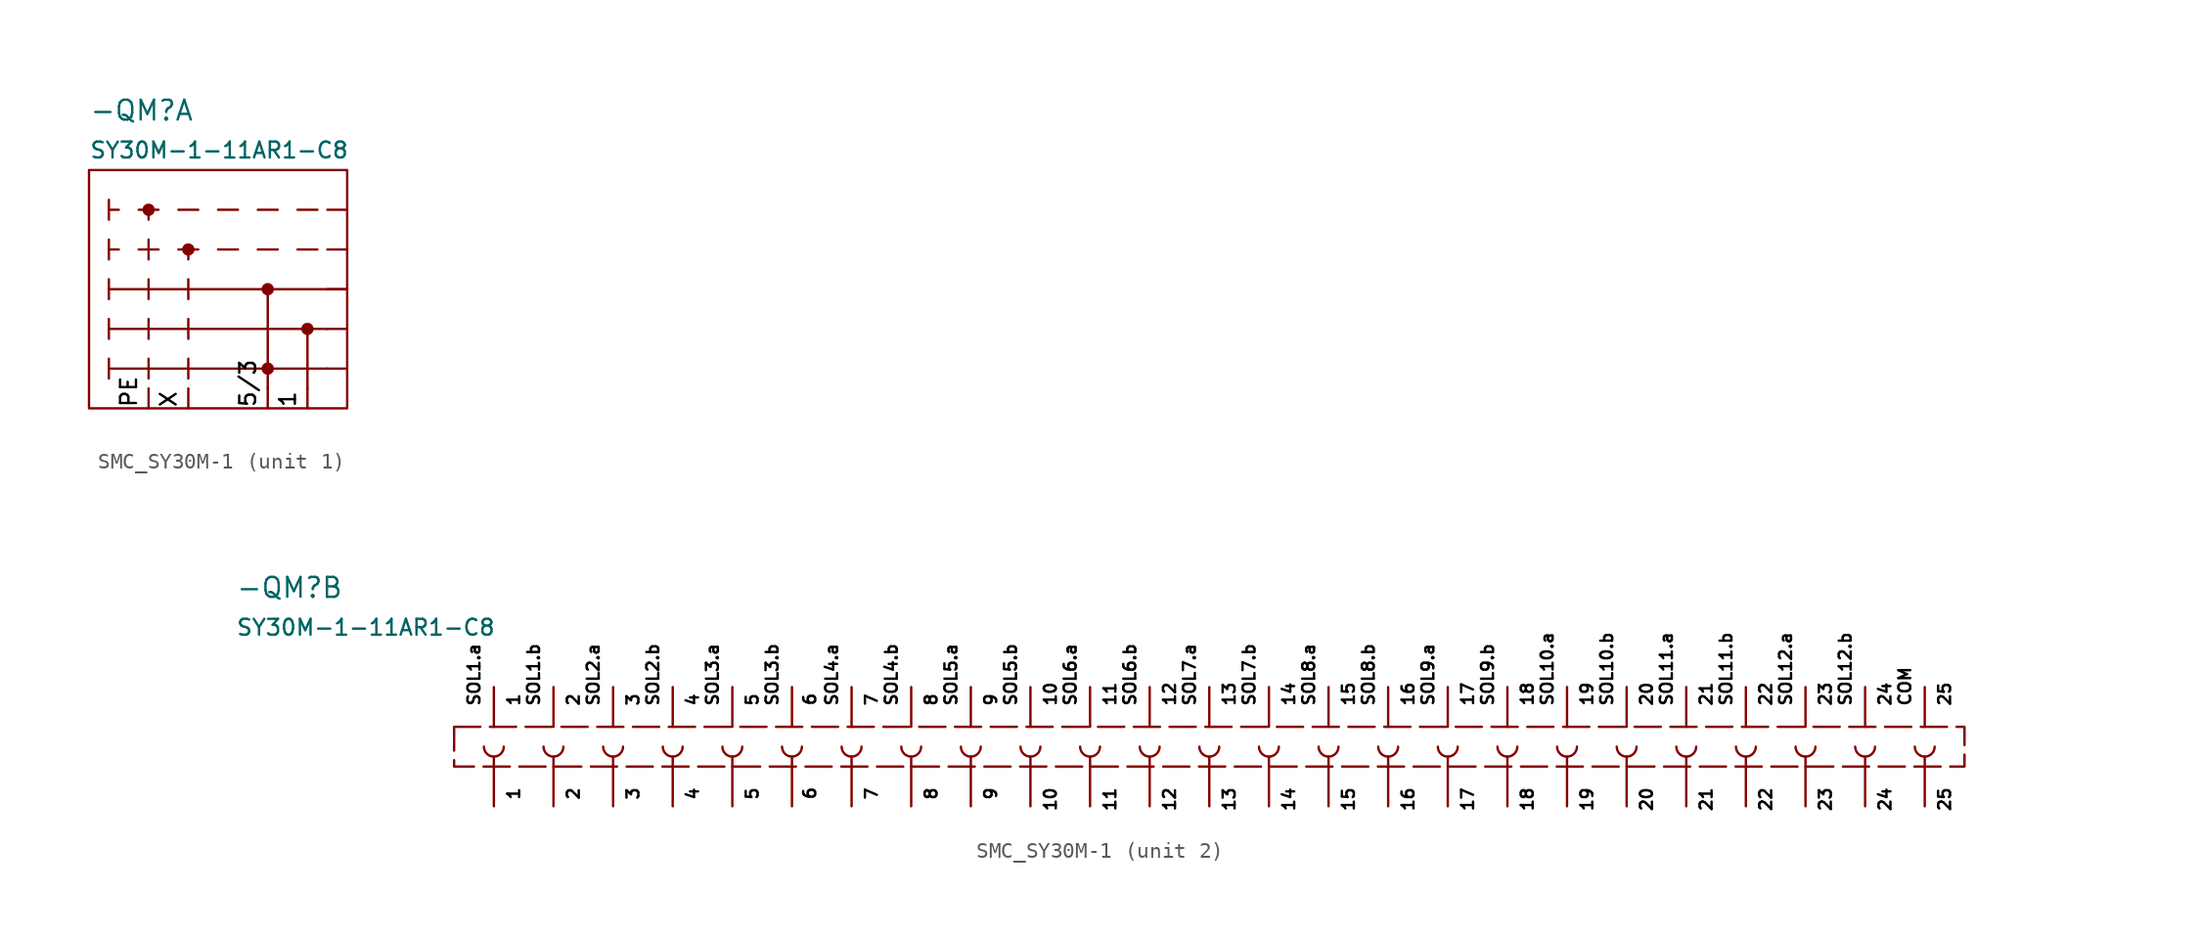
<source format=kicad_sym>
(kicad_symbol_lib
  (version 20231120)
  (generator "kicad_symbol_editor")
  (generator_version "8.0")
  (symbol "SMC_SY30M-1"
    (pin_numbers hide)
    (pin_names
      (offset 0) hide)
    (property "Reference" "-QM"
      (at -16.51 11.43 0)
      (do_not_autoplace)
      (effects (font (size 1.27 1.27)) (justify left)))
    (property "Value" "${PartNo}"
      (at -16.51 8.89 0)
      (do_not_autoplace)
      (effects (font (size 1.016 1.016)) (justify left)))
    (property "PartNo" "SY30M-1-11AR1-C8"
      (at 0 -8.89 0)
      (effects (font (size 1.27 1.27)) (hide yes)))
    (property "ki_locked" ""
      (at 0 0 0)
      (effects (font (size 1.27 1.27))))
    (symbol "SMC_SY30M-1_1_1"
      (rectangle (start -16.51 7.62) (end 0 -7.62) (stroke (width 0) (type default)) (fill (type none)))
      (circle (center -12.7 5.08) (radius 0.381) (stroke (width 0.025) (type default)) (fill (type outline)))
      (circle (center -10.16 2.54) (radius 0.381) (stroke (width 0.025) (type default)) (fill (type outline)))
      (circle (center -5.08 -5.08) (radius 0.381) (stroke (width 0.025) (type default)) (fill (type outline)))
      (circle (center -5.08 0) (radius 0.381) (stroke (width 0.025) (type default)) (fill (type outline)))
      (circle (center -2.54 -2.54) (radius 0.381) (stroke (width 0.025) (type default)) (fill (type outline)))
      (polyline (pts (xy -15.24 -4.445) (xy -15.24 -5.715)) (stroke (width 0) (type default)) (fill (type none)))
      (polyline (pts (xy -15.24 -1.905) (xy -15.24 -3.175)) (stroke (width 0) (type default)) (fill (type none)))
      (polyline (pts (xy -15.24 0.635) (xy -15.24 -0.635)) (stroke (width 0) (type default)) (fill (type none)))
      (polyline (pts (xy -15.24 2.54) (xy -14.605 2.54)) (stroke (width 0) (type default)) (fill (type none)))
      (polyline (pts (xy -15.24 3.175) (xy -15.24 1.905)) (stroke (width 0) (type default)) (fill (type none)))
      (polyline (pts (xy -15.24 4.445) (xy -15.24 5.715)) (stroke (width 0) (type default)) (fill (type none)))
      (polyline (pts (xy -15.24 5.08) (xy -14.605 5.08)) (stroke (width 0) (type default)) (fill (type none)))
      (polyline (pts (xy -13.335 2.54) (xy -12.065 2.54)) (stroke (width 0) (type default)) (fill (type none)))
      (polyline (pts (xy -13.335 5.08) (xy -12.065 5.08)) (stroke (width 0) (type default)) (fill (type none)))
      (polyline (pts (xy -12.7 -5.715) (xy -12.7 -4.445)) (stroke (width 0) (type default)) (fill (type none)))
      (polyline (pts (xy -12.7 -3.175) (xy -12.7 -1.905)) (stroke (width 0) (type default)) (fill (type none)))
      (polyline (pts (xy -12.7 -0.635) (xy -12.7 0.635)) (stroke (width 0) (type default)) (fill (type none)))
      (polyline (pts (xy -12.7 1.905) (xy -12.7 3.175)) (stroke (width 0) (type default)) (fill (type none)))
      (polyline (pts (xy -12.7 5.08) (xy -12.7 4.445)) (stroke (width 0) (type default)) (fill (type none)))
      (polyline (pts (xy -10.795 2.54) (xy -9.525 2.54)) (stroke (width 0) (type default)) (fill (type none)))
      (polyline (pts (xy -10.795 5.08) (xy -9.525 5.08)) (stroke (width 0) (type default)) (fill (type none)))
      (polyline (pts (xy -10.16 -5.715) (xy -10.16 -4.445)) (stroke (width 0) (type default)) (fill (type none)))
      (polyline (pts (xy -10.16 -3.175) (xy -10.16 -1.905)) (stroke (width 0) (type default)) (fill (type none)))
      (polyline (pts (xy -10.16 -0.635) (xy -10.16 0.635)) (stroke (width 0) (type default)) (fill (type none)))
      (polyline (pts (xy -10.16 2.54) (xy -10.16 1.905)) (stroke (width 0) (type default)) (fill (type none)))
      (polyline (pts (xy -8.255 2.54) (xy -6.985 2.54)) (stroke (width 0) (type default)) (fill (type none)))
      (polyline (pts (xy -8.255 5.08) (xy -6.985 5.08)) (stroke (width 0) (type default)) (fill (type none)))
      (polyline (pts (xy -5.715 2.54) (xy -4.445 2.54)) (stroke (width 0) (type default)) (fill (type none)))
      (polyline (pts (xy -5.715 5.08) (xy -4.445 5.08)) (stroke (width 0) (type default)) (fill (type none)))
      (polyline (pts (xy -5.08 0) (xy -5.08 -6.35)) (stroke (width 0) (type default)) (fill (type none)))
      (polyline (pts (xy -3.175 2.54) (xy -1.905 2.54)) (stroke (width 0) (type default)) (fill (type none)))
      (polyline (pts (xy -3.175 5.08) (xy -1.905 5.08)) (stroke (width 0) (type default)) (fill (type none)))
      (polyline (pts (xy -2.54 -2.54) (xy -2.54 -6.35)) (stroke (width 0) (type default)) (fill (type none)))
      (polyline (pts (xy -1.27 -5.08) (xy -15.24 -5.08)) (stroke (width 0) (type default)) (fill (type none)))
      (polyline (pts (xy -1.27 -2.54) (xy -15.24 -2.54)) (stroke (width 0) (type default)) (fill (type none)))
      (polyline (pts (xy 0 0) (xy -15.24 0)) (stroke (width 0) (type default)) (fill (type none)))
      (text "1" (at -3.81 -7.62 900) (effects (font (size 1.016 1.016) (color 0 0 0 1)) (justify left)))
      (text "5/3" (at -6.35 -7.62 900) (effects (font (size 1.016 1.016) (color 0 0 0 1)) (justify left)))
      (text "PE" (at -13.97 -7.62 900) (effects (font (size 1.016 1.016) (color 0 0 0 1)) (justify left)))
      (text "X" (at -11.43 -7.62 900) (effects (font (size 1.016 1.016) (color 0 0 0 1)) (justify left)))
      (pin passive line (at 0 -5.08 180) (length 1.27) (name "" (effects (font (size 1.27 1.27)))) (number "" (effects (font (size 1.27 1.27)))))
      (pin passive line (at 0 -2.54 180) (length 1.27) (name "" (effects (font (size 1.27 1.27)))) (number "" (effects (font (size 1.27 1.27)))))
      (pin passive line (at 0 0 180) (length 1.27) (name "" (effects (font (size 1.27 1.27)))) (number "" (effects (font (size 1.27 1.27)))))
      (pin passive line (at 0 2.54 180) (length 1.27) (name "" (effects (font (size 1.27 1.27)))) (number "" (effects (font (size 1.27 1.27)))))
      (pin passive line (at 0 5.08 180) (length 1.27) (name "" (effects (font (size 1.27 1.27)))) (number "" (effects (font (size 1.27 1.27)))))
      (pin passive line (at -2.54 -7.62 90) (length 1.27) (name "1" (effects (font (size 1.016 1.016)))) (number "" (effects (font (size 1.016 1.016)))))
      (pin passive line (at -5.08 -7.62 90) (length 1.27) (name "5/3" (effects (font (size 1.016 1.016)))) (number "" (effects (font (size 1.016 1.016)))))
      (pin passive line (at -12.7 -7.62 90) (length 1.27) (name "PE" (effects (font (size 1.016 1.016)))) (number "" (effects (font (size 1.016 1.016)))))
      (pin passive line (at -10.16 -7.62 90) (length 1.27) (name "X" (effects (font (size 1.016 1.016)))) (number "" (effects (font (size 1.016 1.016))))))
    (symbol "SMC_SY30M-1_2_1"
      (rectangle (start -2.54 2.54) (end 93.98 0) (stroke (width 0) (type dash)) (fill (type none)))
      (arc (start -0.635 1.27) (mid 0 0.635) (end 0.635 1.27) (stroke (width 0) (type default)) (fill (type none)))
      (polyline (pts (xy 0 0.635) (xy 0 0)) (stroke (width 0) (type default)) (fill (type none)))
      (polyline (pts (xy 3.81 0.635) (xy 3.81 0)) (stroke (width 0) (type default)) (fill (type none)))
      (polyline (pts (xy 7.62 0.635) (xy 7.62 0)) (stroke (width 0) (type default)) (fill (type none)))
      (polyline (pts (xy 11.43 0.635) (xy 11.43 0)) (stroke (width 0) (type default)) (fill (type none)))
      (polyline (pts (xy 15.24 0.635) (xy 15.24 0)) (stroke (width 0) (type default)) (fill (type none)))
      (polyline (pts (xy 19.05 0.635) (xy 19.05 0)) (stroke (width 0) (type default)) (fill (type none)))
      (polyline (pts (xy 22.86 0.635) (xy 22.86 0)) (stroke (width 0) (type default)) (fill (type none)))
      (polyline (pts (xy 26.67 0.635) (xy 26.67 0)) (stroke (width 0) (type default)) (fill (type none)))
      (polyline (pts (xy 30.48 0.635) (xy 30.48 0)) (stroke (width 0) (type default)) (fill (type none)))
      (polyline (pts (xy 34.29 0.635) (xy 34.29 0)) (stroke (width 0) (type default)) (fill (type none)))
      (polyline (pts (xy 38.1 0.635) (xy 38.1 0)) (stroke (width 0) (type default)) (fill (type none)))
      (polyline (pts (xy 41.91 0.635) (xy 41.91 0)) (stroke (width 0) (type default)) (fill (type none)))
      (polyline (pts (xy 45.72 0.635) (xy 45.72 0)) (stroke (width 0) (type default)) (fill (type none)))
      (polyline (pts (xy 49.53 0.635) (xy 49.53 0)) (stroke (width 0) (type default)) (fill (type none)))
      (polyline (pts (xy 53.34 0.635) (xy 53.34 0)) (stroke (width 0) (type default)) (fill (type none)))
      (polyline (pts (xy 57.15 0.635) (xy 57.15 0)) (stroke (width 0) (type default)) (fill (type none)))
      (polyline (pts (xy 60.96 0.635) (xy 60.96 0)) (stroke (width 0) (type default)) (fill (type none)))
      (polyline (pts (xy 64.77 0.635) (xy 64.77 0)) (stroke (width 0) (type default)) (fill (type none)))
      (polyline (pts (xy 68.58 0.635) (xy 68.58 0)) (stroke (width 0) (type default)) (fill (type none)))
      (polyline (pts (xy 72.39 0.635) (xy 72.39 0)) (stroke (width 0) (type default)) (fill (type none)))
      (polyline (pts (xy 76.2 0.635) (xy 76.2 0)) (stroke (width 0) (type default)) (fill (type none)))
      (polyline (pts (xy 80.01 0.635) (xy 80.01 0)) (stroke (width 0) (type default)) (fill (type none)))
      (polyline (pts (xy 83.82 0.635) (xy 83.82 0)) (stroke (width 0) (type default)) (fill (type none)))
      (polyline (pts (xy 87.63 0.635) (xy 87.63 0)) (stroke (width 0) (type default)) (fill (type none)))
      (polyline (pts (xy 91.44 0.635) (xy 91.44 0)) (stroke (width 0) (type default)) (fill (type none)))
      (arc (start 3.175 1.27) (mid 3.81 0.635) (end 4.445 1.27) (stroke (width 0) (type default)) (fill (type none)))
      (arc (start 6.985 1.27) (mid 7.62 0.635) (end 8.255 1.27) (stroke (width 0) (type default)) (fill (type none)))
      (arc (start 10.795 1.27) (mid 11.43 0.635) (end 12.065 1.27) (stroke (width 0) (type default)) (fill (type none)))
      (arc (start 14.605 1.27) (mid 15.24 0.635) (end 15.875 1.27) (stroke (width 0) (type default)) (fill (type none)))
      (arc (start 18.415 1.27) (mid 19.05 0.635) (end 19.685 1.27) (stroke (width 0) (type default)) (fill (type none)))
      (arc (start 22.225 1.27) (mid 22.86 0.635) (end 23.495 1.27) (stroke (width 0) (type default)) (fill (type none)))
      (arc (start 26.035 1.27) (mid 26.67 0.635) (end 27.305 1.27) (stroke (width 0) (type default)) (fill (type none)))
      (arc (start 29.845 1.27) (mid 30.48 0.635) (end 31.115 1.27) (stroke (width 0) (type default)) (fill (type none)))
      (arc (start 33.655 1.27) (mid 34.29 0.635) (end 34.925 1.27) (stroke (width 0) (type default)) (fill (type none)))
      (arc (start 37.465 1.27) (mid 38.1 0.635) (end 38.735 1.27) (stroke (width 0) (type default)) (fill (type none)))
      (arc (start 41.275 1.27) (mid 41.91 0.635) (end 42.545 1.27) (stroke (width 0) (type default)) (fill (type none)))
      (arc (start 45.085 1.27) (mid 45.72 0.635) (end 46.355 1.27) (stroke (width 0) (type default)) (fill (type none)))
      (arc (start 48.895 1.27) (mid 49.53 0.635) (end 50.165 1.27) (stroke (width 0) (type default)) (fill (type none)))
      (arc (start 52.705 1.27) (mid 53.34 0.635) (end 53.975 1.27) (stroke (width 0) (type default)) (fill (type none)))
      (arc (start 56.515 1.27) (mid 57.15 0.635) (end 57.785 1.27) (stroke (width 0) (type default)) (fill (type none)))
      (arc (start 60.325 1.27) (mid 60.96 0.635) (end 61.595 1.27) (stroke (width 0) (type default)) (fill (type none)))
      (arc (start 64.135 1.27) (mid 64.77 0.635) (end 65.405 1.27) (stroke (width 0) (type default)) (fill (type none)))
      (arc (start 67.945 1.27) (mid 68.58 0.635) (end 69.215 1.27) (stroke (width 0) (type default)) (fill (type none)))
      (arc (start 71.755 1.27) (mid 72.39 0.635) (end 73.025 1.27) (stroke (width 0) (type default)) (fill (type none)))
      (arc (start 75.565 1.27) (mid 76.2 0.635) (end 76.835 1.27) (stroke (width 0) (type default)) (fill (type none)))
      (arc (start 79.375 1.27) (mid 80.01 0.635) (end 80.645 1.27) (stroke (width 0) (type default)) (fill (type none)))
      (arc (start 83.185 1.27) (mid 83.82 0.635) (end 84.455 1.27) (stroke (width 0) (type default)) (fill (type none)))
      (arc (start 86.995 1.27) (mid 87.63 0.635) (end 88.265 1.27) (stroke (width 0) (type default)) (fill (type none)))
      (arc (start 90.805 1.27) (mid 91.44 0.635) (end 92.075 1.27) (stroke (width 0) (type default)) (fill (type none)))
      (text "1" (at 1.27 -1.27 900) (effects (font (size 0.762 0.762) (color 0 0 0 1)) (justify right)))
      (text "1" (at 1.27 3.81 900) (effects (font (size 0.762 0.762) (color 0 0 0 1)) (justify left)))
      (text "10" (at 35.56 -1.27 900) (effects (font (size 0.762 0.762) (color 0 0 0 1)) (justify right)))
      (text "10" (at 35.56 3.81 900) (effects (font (size 0.762 0.762) (color 0 0 0 1)) (justify left)))
      (text "11" (at 39.37 -1.27 900) (effects (font (size 0.762 0.762) (color 0 0 0 1)) (justify right)))
      (text "11" (at 39.37 3.81 900) (effects (font (size 0.762 0.762) (color 0 0 0 1)) (justify left)))
      (text "12" (at 43.18 -1.27 900) (effects (font (size 0.762 0.762) (color 0 0 0 1)) (justify right)))
      (text "12" (at 43.18 3.81 900) (effects (font (size 0.762 0.762) (color 0 0 0 1)) (justify left)))
      (text "13" (at 46.99 -1.27 900) (effects (font (size 0.762 0.762) (color 0 0 0 1)) (justify right)))
      (text "13" (at 46.99 3.81 900) (effects (font (size 0.762 0.762) (color 0 0 0 1)) (justify left)))
      (text "14" (at 50.8 -1.27 900) (effects (font (size 0.762 0.762) (color 0 0 0 1)) (justify right)))
      (text "14" (at 50.8 3.81 900) (effects (font (size 0.762 0.762) (color 0 0 0 1)) (justify left)))
      (text "15" (at 54.61 -1.27 900) (effects (font (size 0.762 0.762) (color 0 0 0 1)) (justify right)))
      (text "15" (at 54.61 3.81 900) (effects (font (size 0.762 0.762) (color 0 0 0 1)) (justify left)))
      (text "16" (at 58.42 -1.27 900) (effects (font (size 0.762 0.762) (color 0 0 0 1)) (justify right)))
      (text "16" (at 58.42 3.81 900) (effects (font (size 0.762 0.762) (color 0 0 0 1)) (justify left)))
      (text "17" (at 62.23 -1.27 900) (effects (font (size 0.762 0.762) (color 0 0 0 1)) (justify right)))
      (text "17" (at 62.23 3.81 900) (effects (font (size 0.762 0.762) (color 0 0 0 1)) (justify left)))
      (text "18" (at 66.04 -1.27 900) (effects (font (size 0.762 0.762) (color 0 0 0 1)) (justify right)))
      (text "18" (at 66.04 3.81 900) (effects (font (size 0.762 0.762) (color 0 0 0 1)) (justify left)))
      (text "19" (at 69.85 -1.27 900) (effects (font (size 0.762 0.762) (color 0 0 0 1)) (justify right)))
      (text "19" (at 69.85 3.81 900) (effects (font (size 0.762 0.762) (color 0 0 0 1)) (justify left)))
      (text "2" (at 5.08 -1.27 900) (effects (font (size 0.762 0.762) (color 0 0 0 1)) (justify right)))
      (text "2" (at 5.08 3.81 900) (effects (font (size 0.762 0.762) (color 0 0 0 1)) (justify left)))
      (text "20" (at 73.66 -1.27 900) (effects (font (size 0.762 0.762) (color 0 0 0 1)) (justify right)))
      (text "20" (at 73.66 3.81 900) (effects (font (size 0.762 0.762) (color 0 0 0 1)) (justify left)))
      (text "21" (at 77.47 -1.27 900) (effects (font (size 0.762 0.762) (color 0 0 0 1)) (justify right)))
      (text "21" (at 77.47 3.81 900) (effects (font (size 0.762 0.762) (color 0 0 0 1)) (justify left)))
      (text "22" (at 81.28 -1.27 900) (effects (font (size 0.762 0.762) (color 0 0 0 1)) (justify right)))
      (text "22" (at 81.28 3.81 900) (effects (font (size 0.762 0.762) (color 0 0 0 1)) (justify left)))
      (text "23" (at 85.09 -1.27 900) (effects (font (size 0.762 0.762) (color 0 0 0 1)) (justify right)))
      (text "23" (at 85.09 3.81 900) (effects (font (size 0.762 0.762) (color 0 0 0 1)) (justify left)))
      (text "24" (at 88.9 -1.27 900) (effects (font (size 0.762 0.762) (color 0 0 0 1)) (justify right)))
      (text "24" (at 88.9 3.81 900) (effects (font (size 0.762 0.762) (color 0 0 0 1)) (justify left)))
      (text "25" (at 92.71 -1.27 900) (effects (font (size 0.762 0.762) (color 0 0 0 1)) (justify right)))
      (text "25" (at 92.71 3.81 900) (effects (font (size 0.762 0.762) (color 0 0 0 1)) (justify left)))
      (text "3" (at 8.89 -1.27 900) (effects (font (size 0.762 0.762) (color 0 0 0 1)) (justify right)))
      (text "3" (at 8.89 3.81 900) (effects (font (size 0.762 0.762) (color 0 0 0 1)) (justify left)))
      (text "4" (at 12.7 -1.27 900) (effects (font (size 0.762 0.762) (color 0 0 0 1)) (justify right)))
      (text "4" (at 12.7 3.81 900) (effects (font (size 0.762 0.762) (color 0 0 0 1)) (justify left)))
      (text "5" (at 16.51 -1.27 900) (effects (font (size 0.762 0.762) (color 0 0 0 1)) (justify right)))
      (text "5" (at 16.51 3.81 900) (effects (font (size 0.762 0.762) (color 0 0 0 1)) (justify left)))
      (text "6" (at 20.185 -1.241 900) (effects (font (size 0.762 0.762) (color 0 0 0 1)) (justify right)))
      (text "6" (at 20.185 3.839 900) (effects (font (size 0.762 0.762) (color 0 0 0 1)) (justify left)))
      (text "7" (at 24.13 -1.27 900) (effects (font (size 0.762 0.762) (color 0 0 0 1)) (justify right)))
      (text "7" (at 24.13 3.81 900) (effects (font (size 0.762 0.762) (color 0 0 0 1)) (justify left)))
      (text "8" (at 27.94 -1.27 900) (effects (font (size 0.762 0.762) (color 0 0 0 1)) (justify right)))
      (text "8" (at 27.94 3.81 900) (effects (font (size 0.762 0.762) (color 0 0 0 1)) (justify left)))
      (text "9" (at 31.75 -1.27 900) (effects (font (size 0.762 0.762) (color 0 0 0 1)) (justify right)))
      (text "9" (at 31.75 3.81 900) (effects (font (size 0.762 0.762) (color 0 0 0 1)) (justify left)))
      (text "COM" (at 90.17 3.81 900) (effects (font (size 0.762 0.762) (color 0 0 0 1)) (justify left)))
      (text "SOL1.a" (at -1.27 3.81 900) (effects (font (size 0.762 0.762) (color 0 0 0 1)) (justify left)))
      (text "SOL1.b" (at 2.54 3.81 900) (effects (font (size 0.762 0.762) (color 0 0 0 1)) (justify left)))
      (text "SOL10.a" (at 67.31 3.81 900) (effects (font (size 0.762 0.762) (color 0 0 0 1)) (justify left)))
      (text "SOL10.b" (at 71.12 3.81 900) (effects (font (size 0.762 0.762) (color 0 0 0 1)) (justify left)))
      (text "SOL11.a" (at 74.93 3.81 900) (effects (font (size 0.762 0.762) (color 0 0 0 1)) (justify left)))
      (text "SOL11.b" (at 78.74 3.81 900) (effects (font (size 0.762 0.762) (color 0 0 0 1)) (justify left)))
      (text "SOL12.a" (at 82.55 3.81 900) (effects (font (size 0.762 0.762) (color 0 0 0 1)) (justify left)))
      (text "SOL12.b" (at 86.36 3.81 900) (effects (font (size 0.762 0.762) (color 0 0 0 1)) (justify left)))
      (text "SOL2.a" (at 6.35 3.81 900) (effects (font (size 0.762 0.762) (color 0 0 0 1)) (justify left)))
      (text "SOL2.b" (at 10.16 3.81 900) (effects (font (size 0.762 0.762) (color 0 0 0 1)) (justify left)))
      (text "SOL3.a" (at 13.97 3.81 900) (effects (font (size 0.762 0.762) (color 0 0 0 1)) (justify left)))
      (text "SOL3.b" (at 17.78 3.81 900) (effects (font (size 0.762 0.762) (color 0 0 0 1)) (justify left)))
      (text "SOL4.a" (at 21.59 3.81 900) (effects (font (size 0.762 0.762) (color 0 0 0 1)) (justify left)))
      (text "SOL4.b" (at 25.4 3.81 900) (effects (font (size 0.762 0.762) (color 0 0 0 1)) (justify left)))
      (text "SOL5.a" (at 29.21 3.81 900) (effects (font (size 0.762 0.762) (color 0 0 0 1)) (justify left)))
      (text "SOL5.b" (at 33.02 3.81 900) (effects (font (size 0.762 0.762) (color 0 0 0 1)) (justify left)))
      (text "SOL6.a" (at 36.83 3.81 900) (effects (font (size 0.762 0.762) (color 0 0 0 1)) (justify left)))
      (text "SOL6.b" (at 40.64 3.81 900) (effects (font (size 0.762 0.762) (color 0 0 0 1)) (justify left)))
      (text "SOL7.a" (at 44.45 3.81 900) (effects (font (size 0.762 0.762) (color 0 0 0 1)) (justify left)))
      (text "SOL7.b" (at 48.26 3.81 900) (effects (font (size 0.762 0.762) (color 0 0 0 1)) (justify left)))
      (text "SOL8.a" (at 52.07 3.81 900) (effects (font (size 0.762 0.762) (color 0 0 0 1)) (justify left)))
      (text "SOL8.b" (at 55.88 3.81 900) (effects (font (size 0.762 0.762) (color 0 0 0 1)) (justify left)))
      (text "SOL9.a" (at 59.69 3.81 900) (effects (font (size 0.762 0.762) (color 0 0 0 1)) (justify left)))
      (text "SOL9.b" (at 63.5 3.81 900) (effects (font (size 0.762 0.762) (color 0 0 0 1)) (justify left)))
      (pin passive line (at 0 5.08 270) (length 2.54) (name "SOL1.a" (effects (font (size 0.762 0.762)))) (number "1" (effects (font (size 1.016 1.016)))))
      (pin passive line (at 34.29 5.08 270) (length 2.54) (name "SOL5.b" (effects (font (size 0.762 0.762)))) (number "10" (effects (font (size 1.016 1.016)))))
      (pin passive line (at 38.1 5.08 270) (length 2.54) (name "SOL6.a" (effects (font (size 0.762 0.762)))) (number "11" (effects (font (size 1.016 1.016)))))
      (pin passive line (at 41.91 5.08 270) (length 2.54) (name "SOL6.b" (effects (font (size 0.762 0.762)))) (number "12" (effects (font (size 1.016 1.016)))))
      (pin passive line (at 45.72 5.08 270) (length 2.54) (name "SOL7.a" (effects (font (size 0.762 0.762)))) (number "13" (effects (font (size 1.016 1.016)))))
      (pin passive line (at 49.53 5.08 270) (length 2.54) (name "SOL7.b" (effects (font (size 0.762 0.762)))) (number "14" (effects (font (size 1.016 1.016)))))
      (pin passive line (at 53.34 5.08 270) (length 2.54) (name "SOL8.a" (effects (font (size 0.762 0.762)))) (number "15" (effects (font (size 1.016 1.016)))))
      (pin passive line (at 57.15 5.08 270) (length 2.54) (name "SOL8.b" (effects (font (size 0.762 0.762)))) (number "16" (effects (font (size 1.016 1.016)))))
      (pin passive line (at 60.96 5.08 270) (length 2.54) (name "SOL9.a" (effects (font (size 0.762 0.762)))) (number "17" (effects (font (size 1.016 1.016)))))
      (pin passive line (at 64.77 5.08 270) (length 2.54) (name "SOL9.b" (effects (font (size 0.762 0.762)))) (number "18" (effects (font (size 1.016 1.016)))))
      (pin passive line (at 68.58 5.08 270) (length 2.54) (name "SOL10.a" (effects (font (size 0.762 0.762)))) (number "19" (effects (font (size 1.016 1.016)))))
      (pin passive line (at 3.81 5.08 270) (length 2.54) (name "SOL1.b" (effects (font (size 0.762 0.762)))) (number "2" (effects (font (size 1.016 1.016)))))
      (pin passive line (at 72.39 5.08 270) (length 2.54) (name "SOL10.b" (effects (font (size 0.762 0.762)))) (number "20" (effects (font (size 1.016 1.016)))))
      (pin passive line (at 76.2 5.08 270) (length 2.54) (name "SOL11.a" (effects (font (size 0.762 0.762)))) (number "21" (effects (font (size 1.016 1.016)))))
      (pin passive line (at 80.01 5.08 270) (length 2.54) (name "SOL11.b" (effects (font (size 0.762 0.762)))) (number "22" (effects (font (size 1.016 1.016)))))
      (pin passive line (at 83.82 5.08 270) (length 2.54) (name "SOL12.a" (effects (font (size 0.762 0.762)))) (number "23" (effects (font (size 1.016 1.016)))))
      (pin passive line (at 87.63 5.08 270) (length 2.54) (name "SOL12.b" (effects (font (size 0.762 0.762)))) (number "24" (effects (font (size 1.016 1.016)))))
      (pin passive line (at 91.44 5.08 270) (length 2.54) (name "COM" (effects (font (size 0.762 0.762)))) (number "25" (effects (font (size 1.016 1.016)))))
      (pin passive line (at 0 -2.54 90) (length 2.54) (name "1" (effects (font (size 1.016 1.016)))) (number "26" (effects (font (size 1.016 1.016)))))
      (pin passive line (at 3.81 -2.54 90) (length 2.54) (name "2" (effects (font (size 1.016 1.016)))) (number "27" (effects (font (size 1.016 1.016)))))
      (pin passive line (at 7.62 -2.54 90) (length 2.54) (name "3" (effects (font (size 1.016 1.016)))) (number "28" (effects (font (size 1.016 1.016)))))
      (pin passive line (at 11.43 -2.54 90) (length 2.54) (name "4" (effects (font (size 1.016 1.016)))) (number "29" (effects (font (size 1.016 1.016)))))
      (pin passive line (at 7.62 5.08 270) (length 2.54) (name "SOL2.a" (effects (font (size 0.762 0.762)))) (number "3" (effects (font (size 1.016 1.016)))))
      (pin passive line (at 15.24 -2.54 90) (length 2.54) (name "5" (effects (font (size 1.016 1.016)))) (number "30" (effects (font (size 1.016 1.016)))))
      (pin passive line (at 19.05 -2.54 90) (length 2.54) (name "6" (effects (font (size 1.016 1.016)))) (number "31" (effects (font (size 1.016 1.016)))))
      (pin passive line (at 22.86 -2.54 90) (length 2.54) (name "7" (effects (font (size 1.016 1.016)))) (number "32" (effects (font (size 1.016 1.016)))))
      (pin passive line (at 26.67 -2.54 90) (length 2.54) (name "8" (effects (font (size 1.016 1.016)))) (number "33" (effects (font (size 1.016 1.016)))))
      (pin passive line (at 30.48 -2.54 90) (length 2.54) (name "9" (effects (font (size 1.016 1.016)))) (number "34" (effects (font (size 1.016 1.016)))))
      (pin passive line (at 34.29 -2.54 90) (length 2.54) (name "10" (effects (font (size 1.016 1.016)))) (number "35" (effects (font (size 1.016 1.016)))))
      (pin passive line (at 38.1 -2.54 90) (length 2.54) (name "11" (effects (font (size 1.016 1.016)))) (number "36" (effects (font (size 1.016 1.016)))))
      (pin passive line (at 41.91 -2.54 90) (length 2.54) (name "12" (effects (font (size 1.016 1.016)))) (number "37" (effects (font (size 1.016 1.016)))))
      (pin passive line (at 45.72 -2.54 90) (length 2.54) (name "13" (effects (font (size 1.016 1.016)))) (number "38" (effects (font (size 1.016 1.016)))))
      (pin passive line (at 49.53 -2.54 90) (length 2.54) (name "14" (effects (font (size 1.016 1.016)))) (number "39" (effects (font (size 1.016 1.016)))))
      (pin passive line (at 11.43 5.08 270) (length 2.54) (name "SOL2.b" (effects (font (size 0.762 0.762)))) (number "4" (effects (font (size 1.016 1.016)))))
      (pin passive line (at 53.34 -2.54 90) (length 2.54) (name "15" (effects (font (size 1.016 1.016)))) (number "40" (effects (font (size 1.016 1.016)))))
      (pin passive line (at 57.15 -2.54 90) (length 2.54) (name "16" (effects (font (size 1.016 1.016)))) (number "41" (effects (font (size 1.016 1.016)))))
      (pin passive line (at 60.96 -2.54 90) (length 2.54) (name "17" (effects (font (size 1.016 1.016)))) (number "42" (effects (font (size 1.016 1.016)))))
      (pin passive line (at 64.77 -2.54 90) (length 2.54) (name "18" (effects (font (size 1.016 1.016)))) (number "43" (effects (font (size 1.016 1.016)))))
      (pin passive line (at 68.58 -2.54 90) (length 2.54) (name "19" (effects (font (size 1.016 1.016)))) (number "44" (effects (font (size 1.016 1.016)))))
      (pin passive line (at 72.39 -2.54 90) (length 2.54) (name "20" (effects (font (size 1.016 1.016)))) (number "45" (effects (font (size 1.016 1.016)))))
      (pin passive line (at 76.2 -2.54 90) (length 2.54) (name "21" (effects (font (size 1.016 1.016)))) (number "46" (effects (font (size 1.016 1.016)))))
      (pin passive line (at 80.01 -2.54 90) (length 2.54) (name "22" (effects (font (size 1.016 1.016)))) (number "47" (effects (font (size 1.016 1.016)))))
      (pin passive line (at 83.82 -2.54 90) (length 2.54) (name "23" (effects (font (size 1.016 1.016)))) (number "48" (effects (font (size 1.016 1.016)))))
      (pin passive line (at 87.63 -2.54 90) (length 2.54) (name "24" (effects (font (size 1.016 1.016)))) (number "49" (effects (font (size 1.016 1.016)))))
      (pin passive line (at 15.24 5.08 270) (length 2.54) (name "SOL3.a" (effects (font (size 0.762 0.762)))) (number "5" (effects (font (size 1.016 1.016)))))
      (pin passive line (at 91.44 -2.54 90) (length 2.54) (name "25" (effects (font (size 1.016 1.016)))) (number "50" (effects (font (size 1.016 1.016)))))
      (pin passive line (at 19.05 5.08 270) (length 2.54) (name "SOL3.b" (effects (font (size 0.762 0.762)))) (number "6" (effects (font (size 1.016 1.016)))))
      (pin passive line (at 22.86 5.08 270) (length 2.54) (name "SOL4.a" (effects (font (size 0.762 0.762)))) (number "7" (effects (font (size 1.016 1.016)))))
      (pin passive line (at 26.67 5.08 270) (length 2.54) (name "SOL4.b" (effects (font (size 0.762 0.762)))) (number "8" (effects (font (size 1.016 1.016)))))
      (pin passive line (at 30.48 5.08 270) (length 2.54) (name "SOL5.a" (effects (font (size 0.762 0.762)))) (number "9" (effects (font (size 1.016 1.016))))))))
</source>
